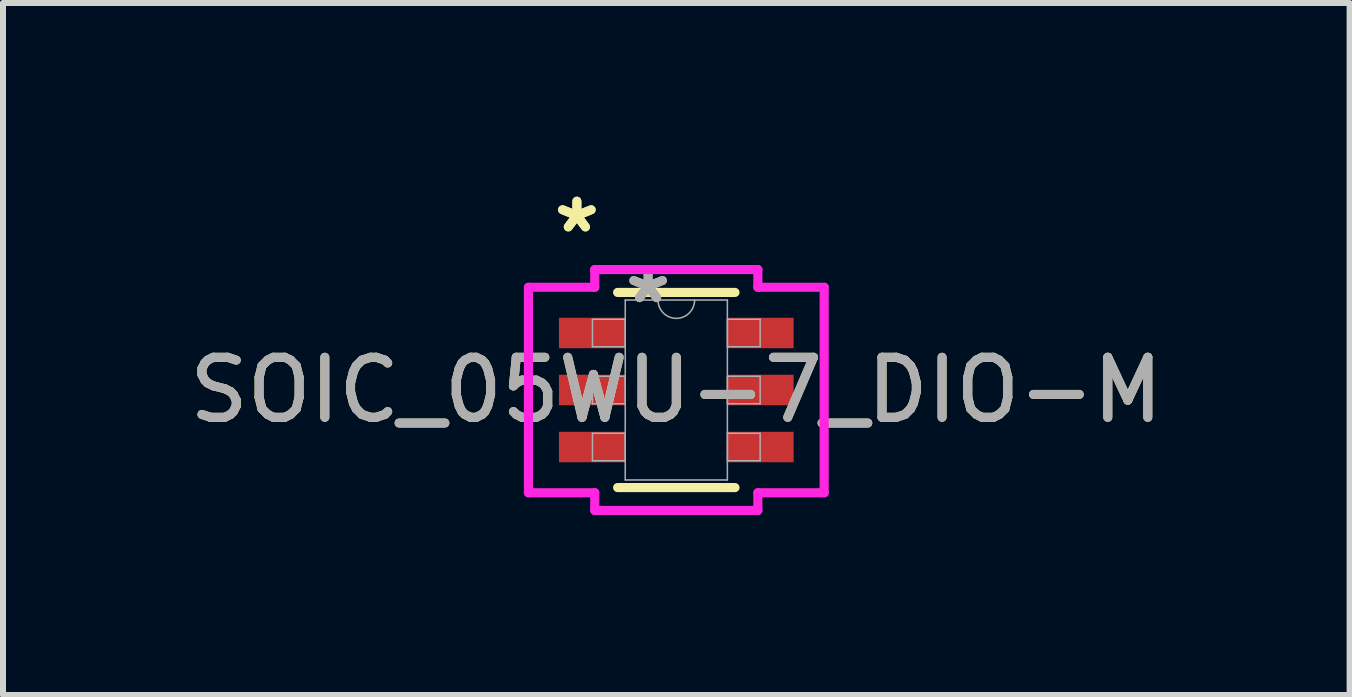
<source format=kicad_pcb>
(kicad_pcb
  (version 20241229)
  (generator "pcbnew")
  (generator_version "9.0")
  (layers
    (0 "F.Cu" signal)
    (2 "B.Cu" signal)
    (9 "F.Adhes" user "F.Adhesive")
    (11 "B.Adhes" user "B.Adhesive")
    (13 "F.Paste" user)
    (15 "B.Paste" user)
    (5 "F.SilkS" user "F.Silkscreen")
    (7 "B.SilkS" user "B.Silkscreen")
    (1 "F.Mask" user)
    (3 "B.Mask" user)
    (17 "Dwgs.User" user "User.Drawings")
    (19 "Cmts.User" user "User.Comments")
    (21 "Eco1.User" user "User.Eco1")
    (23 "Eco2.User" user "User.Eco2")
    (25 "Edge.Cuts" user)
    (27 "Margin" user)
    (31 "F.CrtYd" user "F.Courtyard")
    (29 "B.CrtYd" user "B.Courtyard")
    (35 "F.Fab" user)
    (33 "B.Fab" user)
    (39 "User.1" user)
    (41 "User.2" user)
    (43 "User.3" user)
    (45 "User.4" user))
  (footprint "SOIC_05WU-7_DIO-M"
    (layer "F.Cu")
    (at 8.22 3.449)
    (property "Reference" "SOIC_05WU-7_DIO-M" (at 0 0 0) (unlocked yes) (layer "F.SilkS") (effects (font (size 1 1) (thickness 0.15))))
    (attr smd)
    (fp_line (start -0.978 1.626) (end 0.978 1.626) (stroke (width 0.152) (type solid)) (layer "F.SilkS"))
    (fp_line (start 0.978 -1.626) (end -0.978 -1.626) (stroke (width 0.152) (type solid)) (layer "F.SilkS"))
    (fp_line (start -2.464 -1.712) (end -1.359 -1.712) (stroke (width 0.152) (type solid)) (layer "F.CrtYd"))
    (fp_line (start -2.464 1.712) (end -2.464 -1.712) (stroke (width 0.152) (type solid)) (layer "F.CrtYd"))
    (fp_line (start -2.464 1.712) (end -1.359 1.712) (stroke (width 0.152) (type solid)) (layer "F.CrtYd"))
    (fp_line (start -1.359 -2.007) (end 1.359 -2.007) (stroke (width 0.152) (type solid)) (layer "F.CrtYd"))
    (fp_line (start -1.359 -1.712) (end -1.359 -2.007) (stroke (width 0.152) (type solid)) (layer "F.CrtYd"))
    (fp_line (start -1.359 2.007) (end -1.359 1.712) (stroke (width 0.152) (type solid)) (layer "F.CrtYd"))
    (fp_line (start 1.359 -2.007) (end 1.359 -1.712) (stroke (width 0.152) (type solid)) (layer "F.CrtYd"))
    (fp_line (start 1.359 1.712) (end 1.359 2.007) (stroke (width 0.152) (type solid)) (layer "F.CrtYd"))
    (fp_line (start 1.359 2.007) (end -1.359 2.007) (stroke (width 0.152) (type solid)) (layer "F.CrtYd"))
    (fp_line (start 2.464 -1.712) (end 1.359 -1.712) (stroke (width 0.152) (type solid)) (layer "F.CrtYd"))
    (fp_line (start 2.464 -1.712) (end 2.464 1.712) (stroke (width 0.152) (type solid)) (layer "F.CrtYd"))
    (fp_line (start 2.464 1.712) (end 1.359 1.712) (stroke (width 0.152) (type solid)) (layer "F.CrtYd"))
    (fp_line (start -1.397 -1.179) (end -1.397 -0.721) (stroke (width 0.025) (type solid)) (layer "F.Fab"))
    (fp_line (start -1.397 -0.721) (end -0.851 -0.721) (stroke (width 0.025) (type solid)) (layer "F.Fab"))
    (fp_line (start -1.397 -0.229) (end -1.397 0.229) (stroke (width 0.025) (type solid)) (layer "F.Fab"))
    (fp_line (start -1.397 0.229) (end -0.851 0.229) (stroke (width 0.025) (type solid)) (layer "F.Fab"))
    (fp_line (start -1.397 0.721) (end -1.397 1.179) (stroke (width 0.025) (type solid)) (layer "F.Fab"))
    (fp_line (start -1.397 1.179) (end -0.851 1.179) (stroke (width 0.025) (type solid)) (layer "F.Fab"))
    (fp_line (start -0.851 -1.499) (end -0.851 1.499) (stroke (width 0.025) (type solid)) (layer "F.Fab"))
    (fp_line (start -0.851 -1.179) (end -1.397 -1.179) (stroke (width 0.025) (type solid)) (layer "F.Fab"))
    (fp_line (start -0.851 -0.721) (end -0.851 -1.179) (stroke (width 0.025) (type solid)) (layer "F.Fab"))
    (fp_line (start -0.851 -0.229) (end -1.397 -0.229) (stroke (width 0.025) (type solid)) (layer "F.Fab"))
    (fp_line (start -0.851 0.229) (end -0.851 -0.229) (stroke (width 0.025) (type solid)) (layer "F.Fab"))
    (fp_line (start -0.851 0.721) (end -1.397 0.721) (stroke (width 0.025) (type solid)) (layer "F.Fab"))
    (fp_line (start -0.851 1.179) (end -0.851 0.721) (stroke (width 0.025) (type solid)) (layer "F.Fab"))
    (fp_line (start -0.851 1.499) (end 0.851 1.499) (stroke (width 0.025) (type solid)) (layer "F.Fab"))
    (fp_line (start 0.851 -1.499) (end -0.851 -1.499) (stroke (width 0.025) (type solid)) (layer "F.Fab"))
    (fp_line (start 0.851 -1.179) (end 0.851 -0.721) (stroke (width 0.025) (type solid)) (layer "F.Fab"))
    (fp_line (start 0.851 -0.721) (end 1.397 -0.721) (stroke (width 0.025) (type solid)) (layer "F.Fab"))
    (fp_line (start 0.851 -0.229) (end 0.851 0.229) (stroke (width 0.025) (type solid)) (layer "F.Fab"))
    (fp_line (start 0.851 0.229) (end 1.397 0.229) (stroke (width 0.025) (type solid)) (layer "F.Fab"))
    (fp_line (start 0.851 0.721) (end 0.851 1.179) (stroke (width 0.025) (type solid)) (layer "F.Fab"))
    (fp_line (start 0.851 1.179) (end 1.397 1.179) (stroke (width 0.025) (type solid)) (layer "F.Fab"))
    (fp_line (start 0.851 1.499) (end 0.851 -1.499) (stroke (width 0.025) (type solid)) (layer "F.Fab"))
    (fp_line (start 1.397 -1.179) (end 0.851 -1.179) (stroke (width 0.025) (type solid)) (layer "F.Fab"))
    (fp_line (start 1.397 -0.721) (end 1.397 -1.179) (stroke (width 0.025) (type solid)) (layer "F.Fab"))
    (fp_line (start 1.397 -0.229) (end 0.851 -0.229) (stroke (width 0.025) (type solid)) (layer "F.Fab"))
    (fp_line (start 1.397 0.229) (end 1.397 -0.229) (stroke (width 0.025) (type solid)) (layer "F.Fab"))
    (fp_line (start 1.397 0.721) (end 0.851 0.721) (stroke (width 0.025) (type solid)) (layer "F.Fab"))
    (fp_line (start 1.397 1.179) (end 1.397 0.721) (stroke (width 0.025) (type solid)) (layer "F.Fab"))
    (fp_arc (start 0.3048 -1.4986) (mid 0 -1.1938) (end -0.3048 -1.4986) (stroke (width 0.0254) (type solid)) (layer "F.Fab"))
    (fp_text user "*" (at -1.657 -2.601 0) (unlocked yes) (layer "F.SilkS") (effects (font (size 1 1) (thickness 0.15))))
    (fp_text user "*" (at -1.657 -2.601 0) (layer "F.SilkS") (effects (font (size 1 1) (thickness 0.15))))
    (fp_text user "*" (at -0.47 -1.422 0) (layer "F.Fab") (effects (font (size 1 1) (thickness 0.15))))
    (fp_text user "${REFERENCE}" (at 0 0 0) (unlocked yes) (layer "F.Fab") (effects (font (size 1 1) (thickness 0.15))))
    (fp_text user "*" (at -0.47 -1.422 0) (unlocked yes) (layer "F.Fab") (effects (font (size 1 1) (thickness 0.15))))
    (pad "1" smd rect (at -1.403 -0.95) (size 1.105 0.508) (layers "F.Cu" "F.Mask" "F.Paste"))
    (pad "2" smd rect (at -1.403 0) (size 1.105 0.508) (layers "F.Cu" "F.Mask" "F.Paste"))
    (pad "3" smd rect (at -1.403 0.95) (size 1.105 0.508) (layers "F.Cu" "F.Mask" "F.Paste"))
    (pad "4" smd rect (at 1.403 0.95) (size 1.105 0.508) (layers "F.Cu" "F.Mask" "F.Paste"))
    (pad "5" smd rect (at 1.403 0) (size 1.105 0.508) (layers "F.Cu" "F.Mask" "F.Paste"))
    (pad "6" smd rect (at 1.403 -0.95) (size 1.105 0.508) (layers "F.Cu" "F.Mask" "F.Paste")))
  (gr_rect
    (start -3 -3)
    (end 19.44 8.532)
    (stroke (width 0.1) (type default))
    (fill no)
    (layer "Edge.Cuts")))
</source>
